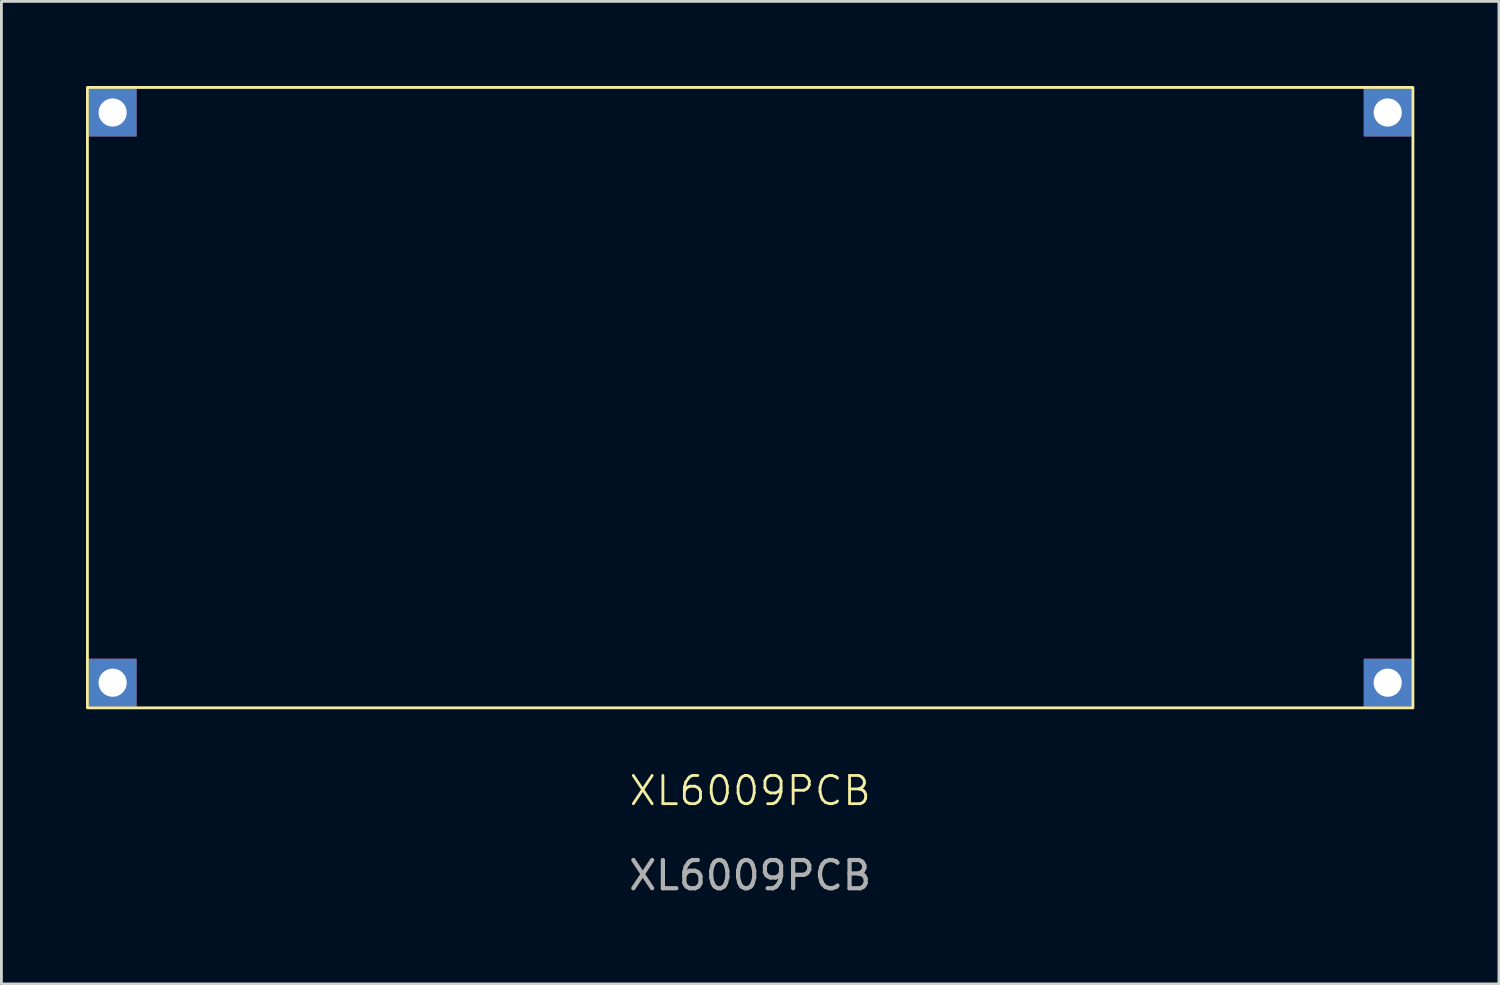
<source format=kicad_pcb>
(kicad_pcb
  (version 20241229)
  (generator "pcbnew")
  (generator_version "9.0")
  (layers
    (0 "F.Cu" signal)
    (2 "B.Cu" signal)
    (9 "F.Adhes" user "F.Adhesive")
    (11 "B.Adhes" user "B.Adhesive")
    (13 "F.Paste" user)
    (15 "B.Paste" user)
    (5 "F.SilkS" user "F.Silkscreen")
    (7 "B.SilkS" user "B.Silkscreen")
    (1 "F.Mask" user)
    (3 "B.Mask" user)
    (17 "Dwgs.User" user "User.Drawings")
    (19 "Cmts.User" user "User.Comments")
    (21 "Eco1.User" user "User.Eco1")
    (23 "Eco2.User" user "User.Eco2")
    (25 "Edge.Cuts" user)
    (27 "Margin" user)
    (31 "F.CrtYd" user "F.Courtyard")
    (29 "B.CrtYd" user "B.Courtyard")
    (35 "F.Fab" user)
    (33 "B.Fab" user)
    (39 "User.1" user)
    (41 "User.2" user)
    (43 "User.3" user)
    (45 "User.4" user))
  (footprint "XL6009PCB"
    (layer "F.Cu")
    (at 23.55 10.21)
    (property "Reference" "XL6009PCB" (at 0 14.78 0) (unlocked yes) (layer "F.SilkS") (effects (font (size 1 1) (thickness 0.1))))
    (attr through_hole)
    (fp_rect (start -23.5 -10.16) (end 23.5 11.84) (stroke (width 0.1) (type default)) (fill no) (layer "F.SilkS"))
    (fp_text user "${REFERENCE}" (at 0 17.78 0) (unlocked yes) (layer "F.Fab") (effects (font (size 1 1) (thickness 0.15))))
    (pad "1" thru_hole rect (at -22.606 -9.271) (size 1.7 1.7) (drill 1) (layers "*.Cu" "*.Mask"))
    (pad "2" thru_hole rect (at -22.606 10.947) (size 1.7 1.7) (drill 1) (layers "*.Cu" "*.Mask"))
    (pad "3" thru_hole rect (at 22.606 -9.271) (size 1.7 1.7) (drill 1) (layers "*.Cu" "*.Mask"))
    (pad "4" thru_hole rect (at 22.606 10.947) (size 1.7 1.7) (drill 1) (layers "*.Cu" "*.Mask")))
  (gr_rect
    (start -3 -3)
    (end 50.1 31.838)
    (stroke (width 0.1) (type default))
    (fill no)
    (layer "Edge.Cuts")))
</source>
